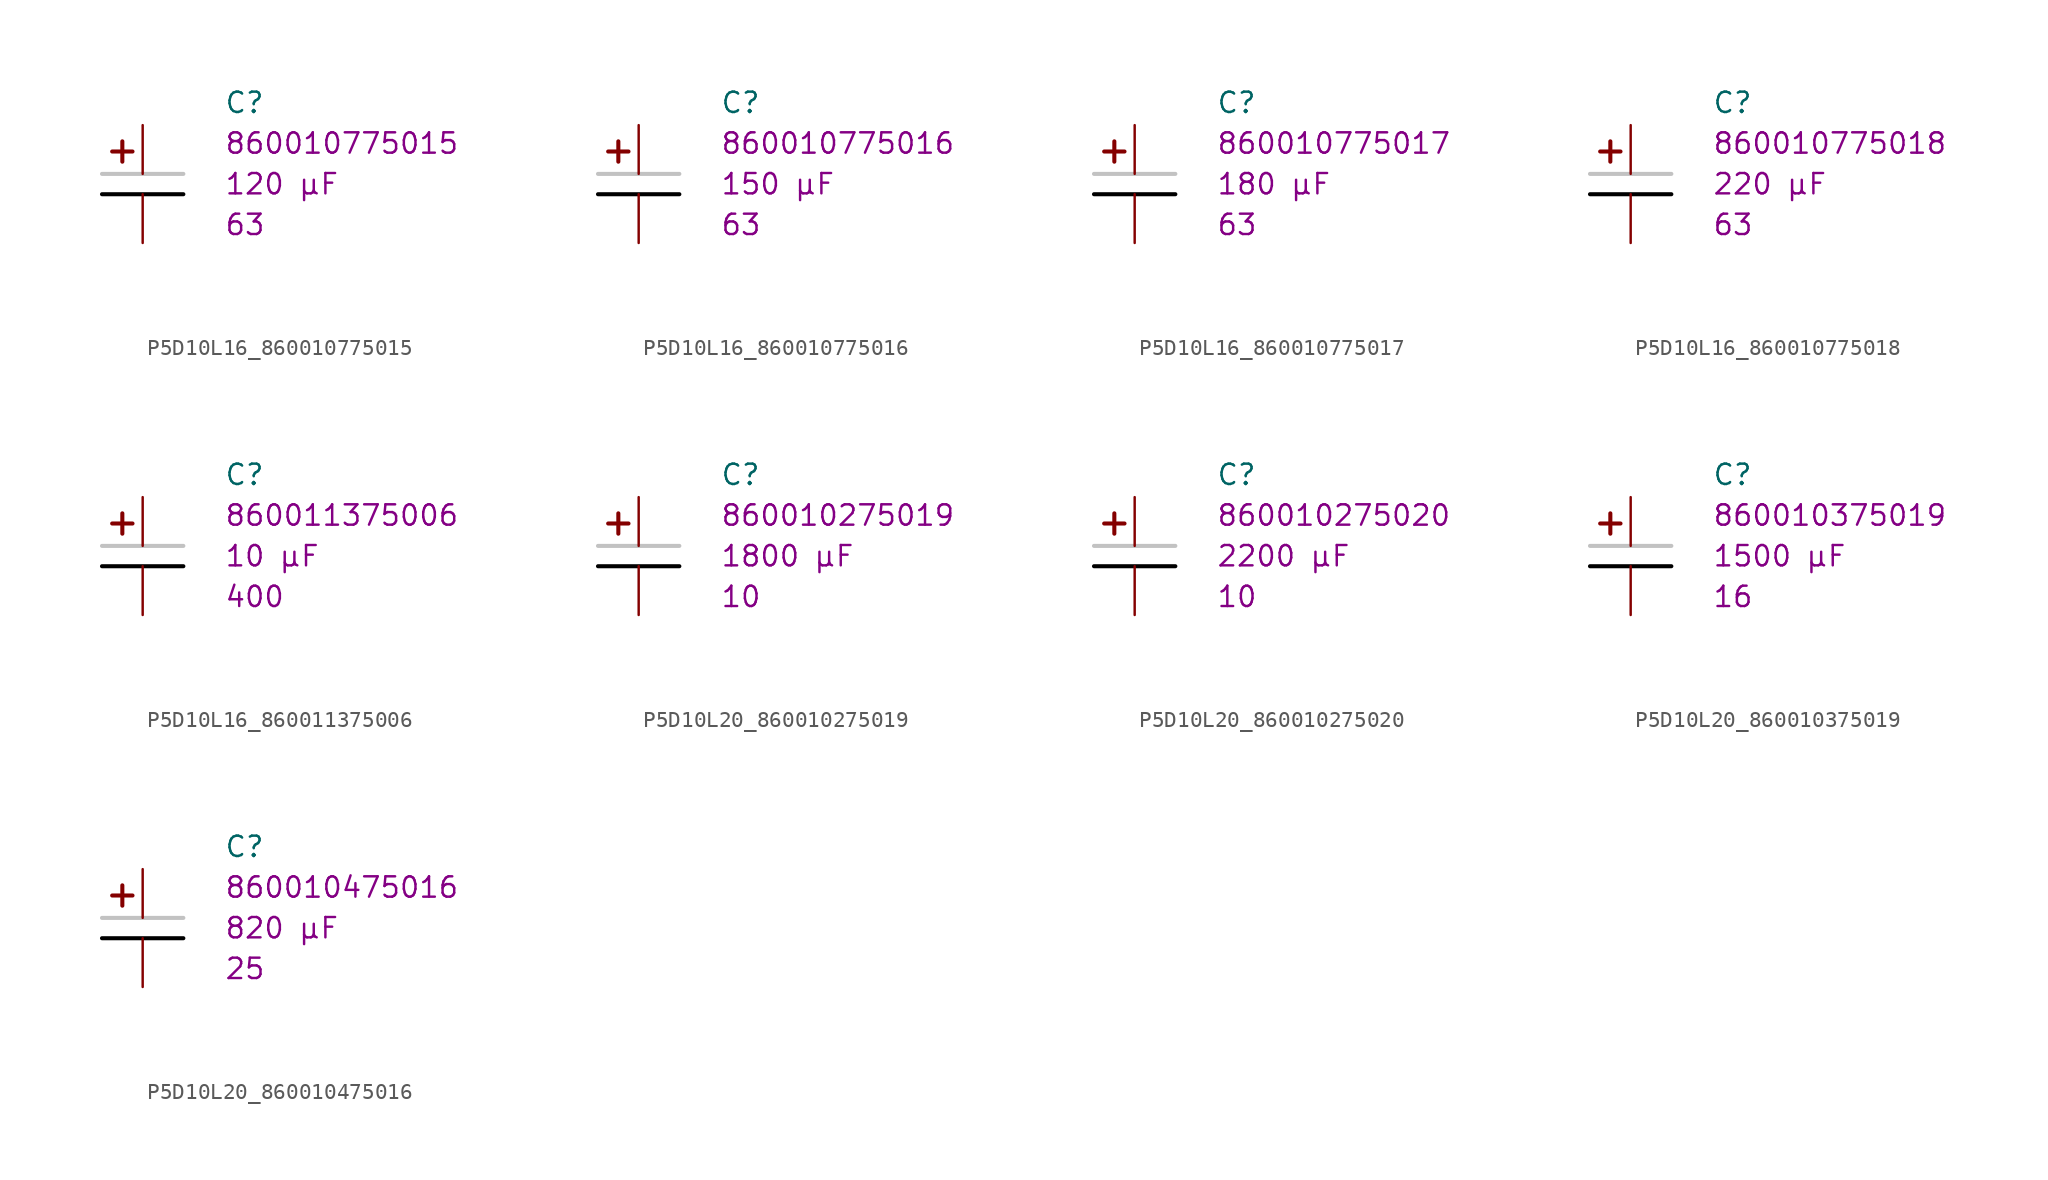
<source format=kicad_sym>
(kicad_symbol_lib
  (version 20220914)
  (generator kicad_symbol_editor)
  (symbol "P5D10L16_860010775015"
    (pin_numbers hide)
    (pin_names hide)
    (property "Reference" "C"
      (at 5.08 5.08 0)
      (effects (font (size 1.27 1.27)) (justify left)))
    (property "Part Number" "860010775015"
      (at 5.08 2.54 0)
      (effects (font (size 1.27 1.27)) (justify left)))
    (property "Capacitance" "120 µF"
      (at 5.08 0 0)
      (effects (font (size 1.27 1.27)) (justify left)))
    (property "Voltage" "63"
      (at 5.08 -2.54 0)
      (effects (font (size 1.27 1.27)) (justify left)))
    (property "Critical Parameter" ""
      (at 0 -7.62 0)
      (effects (font (size 1.27 1.27))))
    (symbol "P5D10L16_860010775015_1_1"
      (polyline (pts (xy -1.27 2.667) (xy -1.27 1.397)) (stroke (width 0.254) (type default)) (fill (type none)))
      (polyline (pts (xy -0.635 2.032) (xy -1.905 2.032)) (stroke (width 0.254) (type default)) (fill (type none)))
      (polyline (pts (xy 2.54 -0.635) (xy -2.54 -0.635)) (stroke (width 0.254) (type default) (color 0 0 0 1)) (fill (type none)))
      (polyline (pts (xy 2.54 0.635) (xy -2.54 0.635)) (stroke (width 0.254) (type default) (color 194 194 194 1)) (fill (type none)))
      (pin passive line (at 0 3.679 270) (length 3.044) (name "1" (effects (font (size 1.27 1.27)))) (number "1" (effects (font (size 1.27 1.27)))))
      (pin passive line (at 0 -3.679 90) (length 3.044) (name "2" (effects (font (size 1.27 1.27)))) (number "2" (effects (font (size 1.27 1.27)))))))
  (symbol "P5D10L16_860010775016"
    (pin_numbers hide)
    (pin_names hide)
    (property "Reference" "C"
      (at 5.08 5.08 0)
      (effects (font (size 1.27 1.27)) (justify left)))
    (property "Part Number" "860010775016"
      (at 5.08 2.54 0)
      (effects (font (size 1.27 1.27)) (justify left)))
    (property "Capacitance" "150 µF"
      (at 5.08 0 0)
      (effects (font (size 1.27 1.27)) (justify left)))
    (property "Voltage" "63"
      (at 5.08 -2.54 0)
      (effects (font (size 1.27 1.27)) (justify left)))
    (property "Critical Parameter" ""
      (at 0 -7.62 0)
      (effects (font (size 1.27 1.27))))
    (symbol "P5D10L16_860010775016_1_1"
      (polyline (pts (xy -1.27 2.667) (xy -1.27 1.397)) (stroke (width 0.254) (type default)) (fill (type none)))
      (polyline (pts (xy -0.635 2.032) (xy -1.905 2.032)) (stroke (width 0.254) (type default)) (fill (type none)))
      (polyline (pts (xy 2.54 -0.635) (xy -2.54 -0.635)) (stroke (width 0.254) (type default) (color 0 0 0 1)) (fill (type none)))
      (polyline (pts (xy 2.54 0.635) (xy -2.54 0.635)) (stroke (width 0.254) (type default) (color 194 194 194 1)) (fill (type none)))
      (pin passive line (at 0 3.679 270) (length 3.044) (name "1" (effects (font (size 1.27 1.27)))) (number "1" (effects (font (size 1.27 1.27)))))
      (pin passive line (at 0 -3.679 90) (length 3.044) (name "2" (effects (font (size 1.27 1.27)))) (number "2" (effects (font (size 1.27 1.27)))))))
  (symbol "P5D10L16_860010775017"
    (pin_numbers hide)
    (pin_names hide)
    (property "Reference" "C"
      (at 5.08 5.08 0)
      (effects (font (size 1.27 1.27)) (justify left)))
    (property "Part Number" "860010775017"
      (at 5.08 2.54 0)
      (effects (font (size 1.27 1.27)) (justify left)))
    (property "Capacitance" "180 µF"
      (at 5.08 0 0)
      (effects (font (size 1.27 1.27)) (justify left)))
    (property "Voltage" "63"
      (at 5.08 -2.54 0)
      (effects (font (size 1.27 1.27)) (justify left)))
    (property "Critical Parameter" ""
      (at 0 -7.62 0)
      (effects (font (size 1.27 1.27))))
    (symbol "P5D10L16_860010775017_1_1"
      (polyline (pts (xy -1.27 2.667) (xy -1.27 1.397)) (stroke (width 0.254) (type default)) (fill (type none)))
      (polyline (pts (xy -0.635 2.032) (xy -1.905 2.032)) (stroke (width 0.254) (type default)) (fill (type none)))
      (polyline (pts (xy 2.54 -0.635) (xy -2.54 -0.635)) (stroke (width 0.254) (type default) (color 0 0 0 1)) (fill (type none)))
      (polyline (pts (xy 2.54 0.635) (xy -2.54 0.635)) (stroke (width 0.254) (type default) (color 194 194 194 1)) (fill (type none)))
      (pin passive line (at 0 3.679 270) (length 3.044) (name "1" (effects (font (size 1.27 1.27)))) (number "1" (effects (font (size 1.27 1.27)))))
      (pin passive line (at 0 -3.679 90) (length 3.044) (name "2" (effects (font (size 1.27 1.27)))) (number "2" (effects (font (size 1.27 1.27)))))))
  (symbol "P5D10L16_860010775018"
    (pin_numbers hide)
    (pin_names hide)
    (property "Reference" "C"
      (at 5.08 5.08 0)
      (effects (font (size 1.27 1.27)) (justify left)))
    (property "Part Number" "860010775018"
      (at 5.08 2.54 0)
      (effects (font (size 1.27 1.27)) (justify left)))
    (property "Capacitance" "220 µF"
      (at 5.08 0 0)
      (effects (font (size 1.27 1.27)) (justify left)))
    (property "Voltage" "63"
      (at 5.08 -2.54 0)
      (effects (font (size 1.27 1.27)) (justify left)))
    (property "Critical Parameter" ""
      (at 0 -7.62 0)
      (effects (font (size 1.27 1.27))))
    (symbol "P5D10L16_860010775018_1_1"
      (polyline (pts (xy -1.27 2.667) (xy -1.27 1.397)) (stroke (width 0.254) (type default)) (fill (type none)))
      (polyline (pts (xy -0.635 2.032) (xy -1.905 2.032)) (stroke (width 0.254) (type default)) (fill (type none)))
      (polyline (pts (xy 2.54 -0.635) (xy -2.54 -0.635)) (stroke (width 0.254) (type default) (color 0 0 0 1)) (fill (type none)))
      (polyline (pts (xy 2.54 0.635) (xy -2.54 0.635)) (stroke (width 0.254) (type default) (color 194 194 194 1)) (fill (type none)))
      (pin passive line (at 0 3.679 270) (length 3.044) (name "1" (effects (font (size 1.27 1.27)))) (number "1" (effects (font (size 1.27 1.27)))))
      (pin passive line (at 0 -3.679 90) (length 3.044) (name "2" (effects (font (size 1.27 1.27)))) (number "2" (effects (font (size 1.27 1.27)))))))
  (symbol "P5D10L16_860011375006"
    (pin_numbers hide)
    (pin_names hide)
    (property "Reference" "C"
      (at 5.08 5.08 0)
      (effects (font (size 1.27 1.27)) (justify left)))
    (property "Part Number" "860011375006"
      (at 5.08 2.54 0)
      (effects (font (size 1.27 1.27)) (justify left)))
    (property "Capacitance" "10 µF"
      (at 5.08 0 0)
      (effects (font (size 1.27 1.27)) (justify left)))
    (property "Voltage" "400"
      (at 5.08 -2.54 0)
      (effects (font (size 1.27 1.27)) (justify left)))
    (property "Critical Parameter" ""
      (at 0 -7.62 0)
      (effects (font (size 1.27 1.27))))
    (symbol "P5D10L16_860011375006_1_1"
      (polyline (pts (xy -1.27 2.667) (xy -1.27 1.397)) (stroke (width 0.254) (type default)) (fill (type none)))
      (polyline (pts (xy -0.635 2.032) (xy -1.905 2.032)) (stroke (width 0.254) (type default)) (fill (type none)))
      (polyline (pts (xy 2.54 -0.635) (xy -2.54 -0.635)) (stroke (width 0.254) (type default) (color 0 0 0 1)) (fill (type none)))
      (polyline (pts (xy 2.54 0.635) (xy -2.54 0.635)) (stroke (width 0.254) (type default) (color 194 194 194 1)) (fill (type none)))
      (pin passive line (at 0 3.679 270) (length 3.044) (name "1" (effects (font (size 1.27 1.27)))) (number "1" (effects (font (size 1.27 1.27)))))
      (pin passive line (at 0 -3.679 90) (length 3.044) (name "2" (effects (font (size 1.27 1.27)))) (number "2" (effects (font (size 1.27 1.27)))))))
  (symbol "P5D10L20_860010275019"
    (pin_numbers hide)
    (pin_names hide)
    (property "Reference" "C"
      (at 5.08 5.08 0)
      (effects (font (size 1.27 1.27)) (justify left)))
    (property "Part Number" "860010275019"
      (at 5.08 2.54 0)
      (effects (font (size 1.27 1.27)) (justify left)))
    (property "Capacitance" "1800 µF"
      (at 5.08 0 0)
      (effects (font (size 1.27 1.27)) (justify left)))
    (property "Voltage" "10"
      (at 5.08 -2.54 0)
      (effects (font (size 1.27 1.27)) (justify left)))
    (property "Critical Parameter" ""
      (at 0 -7.62 0)
      (effects (font (size 1.27 1.27))))
    (symbol "P5D10L20_860010275019_1_1"
      (polyline (pts (xy -1.27 2.667) (xy -1.27 1.397)) (stroke (width 0.254) (type default)) (fill (type none)))
      (polyline (pts (xy -0.635 2.032) (xy -1.905 2.032)) (stroke (width 0.254) (type default)) (fill (type none)))
      (polyline (pts (xy 2.54 -0.635) (xy -2.54 -0.635)) (stroke (width 0.254) (type default) (color 0 0 0 1)) (fill (type none)))
      (polyline (pts (xy 2.54 0.635) (xy -2.54 0.635)) (stroke (width 0.254) (type default) (color 194 194 194 1)) (fill (type none)))
      (pin passive line (at 0 3.679 270) (length 3.044) (name "1" (effects (font (size 1.27 1.27)))) (number "1" (effects (font (size 1.27 1.27)))))
      (pin passive line (at 0 -3.679 90) (length 3.044) (name "2" (effects (font (size 1.27 1.27)))) (number "2" (effects (font (size 1.27 1.27)))))))
  (symbol "P5D10L20_860010275020"
    (pin_numbers hide)
    (pin_names hide)
    (property "Reference" "C"
      (at 5.08 5.08 0)
      (effects (font (size 1.27 1.27)) (justify left)))
    (property "Part Number" "860010275020"
      (at 5.08 2.54 0)
      (effects (font (size 1.27 1.27)) (justify left)))
    (property "Capacitance" "2200 µF"
      (at 5.08 0 0)
      (effects (font (size 1.27 1.27)) (justify left)))
    (property "Voltage" "10"
      (at 5.08 -2.54 0)
      (effects (font (size 1.27 1.27)) (justify left)))
    (property "Critical Parameter" ""
      (at 0 -7.62 0)
      (effects (font (size 1.27 1.27))))
    (symbol "P5D10L20_860010275020_1_1"
      (polyline (pts (xy -1.27 2.667) (xy -1.27 1.397)) (stroke (width 0.254) (type default)) (fill (type none)))
      (polyline (pts (xy -0.635 2.032) (xy -1.905 2.032)) (stroke (width 0.254) (type default)) (fill (type none)))
      (polyline (pts (xy 2.54 -0.635) (xy -2.54 -0.635)) (stroke (width 0.254) (type default) (color 0 0 0 1)) (fill (type none)))
      (polyline (pts (xy 2.54 0.635) (xy -2.54 0.635)) (stroke (width 0.254) (type default) (color 194 194 194 1)) (fill (type none)))
      (pin passive line (at 0 3.679 270) (length 3.044) (name "1" (effects (font (size 1.27 1.27)))) (number "1" (effects (font (size 1.27 1.27)))))
      (pin passive line (at 0 -3.679 90) (length 3.044) (name "2" (effects (font (size 1.27 1.27)))) (number "2" (effects (font (size 1.27 1.27)))))))
  (symbol "P5D10L20_860010375019"
    (pin_numbers hide)
    (pin_names hide)
    (property "Reference" "C"
      (at 5.08 5.08 0)
      (effects (font (size 1.27 1.27)) (justify left)))
    (property "Part Number" "860010375019"
      (at 5.08 2.54 0)
      (effects (font (size 1.27 1.27)) (justify left)))
    (property "Capacitance" "1500 µF"
      (at 5.08 0 0)
      (effects (font (size 1.27 1.27)) (justify left)))
    (property "Voltage" "16"
      (at 5.08 -2.54 0)
      (effects (font (size 1.27 1.27)) (justify left)))
    (property "Critical Parameter" ""
      (at 0 -7.62 0)
      (effects (font (size 1.27 1.27))))
    (symbol "P5D10L20_860010375019_1_1"
      (polyline (pts (xy -1.27 2.667) (xy -1.27 1.397)) (stroke (width 0.254) (type default)) (fill (type none)))
      (polyline (pts (xy -0.635 2.032) (xy -1.905 2.032)) (stroke (width 0.254) (type default)) (fill (type none)))
      (polyline (pts (xy 2.54 -0.635) (xy -2.54 -0.635)) (stroke (width 0.254) (type default) (color 0 0 0 1)) (fill (type none)))
      (polyline (pts (xy 2.54 0.635) (xy -2.54 0.635)) (stroke (width 0.254) (type default) (color 194 194 194 1)) (fill (type none)))
      (pin passive line (at 0 3.679 270) (length 3.044) (name "1" (effects (font (size 1.27 1.27)))) (number "1" (effects (font (size 1.27 1.27)))))
      (pin passive line (at 0 -3.679 90) (length 3.044) (name "2" (effects (font (size 1.27 1.27)))) (number "2" (effects (font (size 1.27 1.27)))))))
  (symbol "P5D10L20_860010475016"
    (pin_numbers hide)
    (pin_names hide)
    (property "Reference" "C"
      (at 5.08 5.08 0)
      (effects (font (size 1.27 1.27)) (justify left)))
    (property "Part Number" "860010475016"
      (at 5.08 2.54 0)
      (effects (font (size 1.27 1.27)) (justify left)))
    (property "Capacitance" "820 µF"
      (at 5.08 0 0)
      (effects (font (size 1.27 1.27)) (justify left)))
    (property "Voltage" "25"
      (at 5.08 -2.54 0)
      (effects (font (size 1.27 1.27)) (justify left)))
    (property "Critical Parameter" ""
      (at 0 -7.62 0)
      (effects (font (size 1.27 1.27))))
    (symbol "P5D10L20_860010475016_1_1"
      (polyline (pts (xy -1.27 2.667) (xy -1.27 1.397)) (stroke (width 0.254) (type default)) (fill (type none)))
      (polyline (pts (xy -0.635 2.032) (xy -1.905 2.032)) (stroke (width 0.254) (type default)) (fill (type none)))
      (polyline (pts (xy 2.54 -0.635) (xy -2.54 -0.635)) (stroke (width 0.254) (type default) (color 0 0 0 1)) (fill (type none)))
      (polyline (pts (xy 2.54 0.635) (xy -2.54 0.635)) (stroke (width 0.254) (type default) (color 194 194 194 1)) (fill (type none)))
      (pin passive line (at 0 3.679 270) (length 3.044) (name "1" (effects (font (size 1.27 1.27)))) (number "1" (effects (font (size 1.27 1.27)))))
      (pin passive line (at 0 -3.679 90) (length 3.044) (name "2" (effects (font (size 1.27 1.27)))) (number "2" (effects (font (size 1.27 1.27))))))))
</source>
